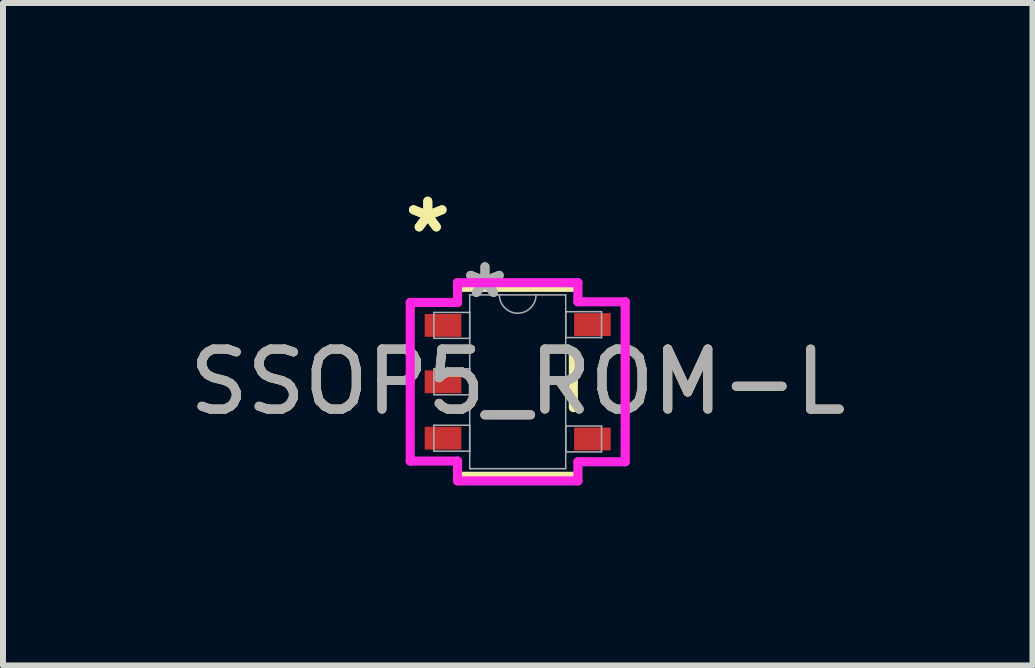
<source format=kicad_pcb>
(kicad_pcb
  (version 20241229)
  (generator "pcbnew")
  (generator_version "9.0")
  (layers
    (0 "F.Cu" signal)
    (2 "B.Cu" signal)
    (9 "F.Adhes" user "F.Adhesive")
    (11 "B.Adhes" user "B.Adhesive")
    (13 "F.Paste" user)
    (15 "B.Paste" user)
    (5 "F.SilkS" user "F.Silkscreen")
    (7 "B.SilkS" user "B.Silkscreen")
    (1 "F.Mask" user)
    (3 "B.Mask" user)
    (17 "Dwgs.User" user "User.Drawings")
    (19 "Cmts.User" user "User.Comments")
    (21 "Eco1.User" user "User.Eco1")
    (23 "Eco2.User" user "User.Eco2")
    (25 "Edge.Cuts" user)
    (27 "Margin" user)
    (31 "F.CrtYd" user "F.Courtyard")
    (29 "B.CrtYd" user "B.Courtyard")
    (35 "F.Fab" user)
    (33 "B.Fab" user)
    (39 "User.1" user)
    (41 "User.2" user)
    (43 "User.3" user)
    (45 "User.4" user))
  (footprint "SSOP5_ROM-L"
    (layer "F.Cu")
    (at 5.577 3.312)
    (property "Reference" "SSOP5_ROM-L" (at 0 0 0) (unlocked yes) (layer "F.SilkS") (effects (font (size 1 1) (thickness 0.15))))
    (attr smd)
    (fp_line (start -0.927 1.575) (end 0.927 1.575) (stroke (width 0.152) (type solid)) (layer "F.SilkS"))
    (fp_line (start 0.927 -1.575) (end -0.927 -1.575) (stroke (width 0.152) (type solid)) (layer "F.SilkS"))
    (fp_line (start 0.927 0.43) (end 0.927 -0.43) (stroke (width 0.152) (type solid)) (layer "F.SilkS"))
    (fp_line (start -1.791 -1.321) (end -1.003 -1.321) (stroke (width 0.152) (type solid)) (layer "F.CrtYd"))
    (fp_line (start -1.791 1.321) (end -1.791 -1.321) (stroke (width 0.152) (type solid)) (layer "F.CrtYd"))
    (fp_line (start -1.003 -1.651) (end 1.003 -1.651) (stroke (width 0.152) (type solid)) (layer "F.CrtYd"))
    (fp_line (start -1.003 -1.321) (end -1.003 -1.651) (stroke (width 0.152) (type solid)) (layer "F.CrtYd"))
    (fp_line (start -1.003 1.321) (end -1.791 1.321) (stroke (width 0.152) (type solid)) (layer "F.CrtYd"))
    (fp_line (start -1.003 1.651) (end -1.003 1.321) (stroke (width 0.152) (type solid)) (layer "F.CrtYd"))
    (fp_line (start 1.003 -1.651) (end 1.003 -1.333) (stroke (width 0.152) (type solid)) (layer "F.CrtYd"))
    (fp_line (start 1.003 -1.333) (end 1.791 -1.333) (stroke (width 0.152) (type solid)) (layer "F.CrtYd"))
    (fp_line (start 1.003 1.333) (end 1.003 1.651) (stroke (width 0.152) (type solid)) (layer "F.CrtYd"))
    (fp_line (start 1.003 1.651) (end -1.003 1.651) (stroke (width 0.152) (type solid)) (layer "F.CrtYd"))
    (fp_line (start 1.791 -1.333) (end 1.791 1.333) (stroke (width 0.152) (type solid)) (layer "F.CrtYd"))
    (fp_line (start 1.791 1.333) (end 1.003 1.333) (stroke (width 0.152) (type solid)) (layer "F.CrtYd"))
    (fp_line (start -1.397 -1.156) (end -1.397 -0.724) (stroke (width 0.025) (type solid)) (layer "F.Fab"))
    (fp_line (start -1.397 -0.724) (end -0.8 -0.724) (stroke (width 0.025) (type solid)) (layer "F.Fab"))
    (fp_line (start -1.397 -0.216) (end -1.397 0.216) (stroke (width 0.025) (type solid)) (layer "F.Fab"))
    (fp_line (start -1.397 0.216) (end -0.8 0.216) (stroke (width 0.025) (type solid)) (layer "F.Fab"))
    (fp_line (start -1.397 0.724) (end -1.397 1.156) (stroke (width 0.025) (type solid)) (layer "F.Fab"))
    (fp_line (start -1.397 1.156) (end -0.8 1.156) (stroke (width 0.025) (type solid)) (layer "F.Fab"))
    (fp_line (start -0.8 -1.448) (end -0.8 1.448) (stroke (width 0.025) (type solid)) (layer "F.Fab"))
    (fp_line (start -0.8 -1.156) (end -1.397 -1.156) (stroke (width 0.025) (type solid)) (layer "F.Fab"))
    (fp_line (start -0.8 -0.724) (end -0.8 -1.156) (stroke (width 0.025) (type solid)) (layer "F.Fab"))
    (fp_line (start -0.8 -0.216) (end -1.397 -0.216) (stroke (width 0.025) (type solid)) (layer "F.Fab"))
    (fp_line (start -0.8 0.216) (end -0.8 -0.216) (stroke (width 0.025) (type solid)) (layer "F.Fab"))
    (fp_line (start -0.8 0.724) (end -1.397 0.724) (stroke (width 0.025) (type solid)) (layer "F.Fab"))
    (fp_line (start -0.8 1.156) (end -0.8 0.724) (stroke (width 0.025) (type solid)) (layer "F.Fab"))
    (fp_line (start -0.8 1.448) (end 0.8 1.448) (stroke (width 0.025) (type solid)) (layer "F.Fab"))
    (fp_line (start 0.8 -1.448) (end -0.8 -1.448) (stroke (width 0.025) (type solid)) (layer "F.Fab"))
    (fp_line (start 0.8 -1.168) (end 0.8 -0.737) (stroke (width 0.025) (type solid)) (layer "F.Fab"))
    (fp_line (start 0.8 -0.737) (end 1.397 -0.737) (stroke (width 0.025) (type solid)) (layer "F.Fab"))
    (fp_line (start 0.8 0.737) (end 0.8 1.168) (stroke (width 0.025) (type solid)) (layer "F.Fab"))
    (fp_line (start 0.8 1.168) (end 1.397 1.168) (stroke (width 0.025) (type solid)) (layer "F.Fab"))
    (fp_line (start 0.8 1.448) (end 0.8 -1.448) (stroke (width 0.025) (type solid)) (layer "F.Fab"))
    (fp_line (start 1.397 -1.168) (end 0.8 -1.168) (stroke (width 0.025) (type solid)) (layer "F.Fab"))
    (fp_line (start 1.397 -0.737) (end 1.397 -1.168) (stroke (width 0.025) (type solid)) (layer "F.Fab"))
    (fp_line (start 1.397 0.737) (end 0.8 0.737) (stroke (width 0.025) (type solid)) (layer "F.Fab"))
    (fp_line (start 1.397 1.168) (end 1.397 0.737) (stroke (width 0.025) (type solid)) (layer "F.Fab"))
    (fp_arc (start 0.3048 -1.4478) (mid 0 -1.143) (end -0.3048 -1.4478) (stroke (width 0.0254) (type solid)) (layer "F.Fab"))
    (fp_text user "*" (at -1.499 -2.464 0) (layer "F.SilkS") (effects (font (size 1 1) (thickness 0.15))))
    (fp_text user "*" (at -1.499 -2.464 0) (unlocked yes) (layer "F.SilkS") (effects (font (size 1 1) (thickness 0.15))))
    (fp_text user "*" (at -0.546 -1.372 0) (unlocked yes) (layer "F.Fab") (effects (font (size 1 1) (thickness 0.15))))
    (fp_text user "${REFERENCE}" (at 0 0 0) (unlocked yes) (layer "F.Fab") (effects (font (size 1 1) (thickness 0.15))))
    (fp_text user "*" (at -0.546 -1.372 0) (layer "F.Fab") (effects (font (size 1 1) (thickness 0.15))))
    (pad "1" smd rect (at -1.245 -0.94) (size 0.61 0.381) (layers "F.Cu" "F.Mask" "F.Paste"))
    (pad "2" smd rect (at -1.245 0) (size 0.61 0.381) (layers "F.Cu" "F.Mask" "F.Paste"))
    (pad "3" smd rect (at -1.245 0.94) (size 0.61 0.381) (layers "F.Cu" "F.Mask" "F.Paste"))
    (pad "4" smd rect (at 1.245 0.953) (size 0.61 0.381) (layers "F.Cu" "F.Mask" "F.Paste"))
    (pad "5" smd rect (at 1.245 -0.953) (size 0.61 0.381) (layers "F.Cu" "F.Mask" "F.Paste")))
  (gr_rect
    (start -3 -3)
    (end 14.155 8.039)
    (stroke (width 0.1) (type default))
    (fill no)
    (layer "Edge.Cuts")))
</source>
